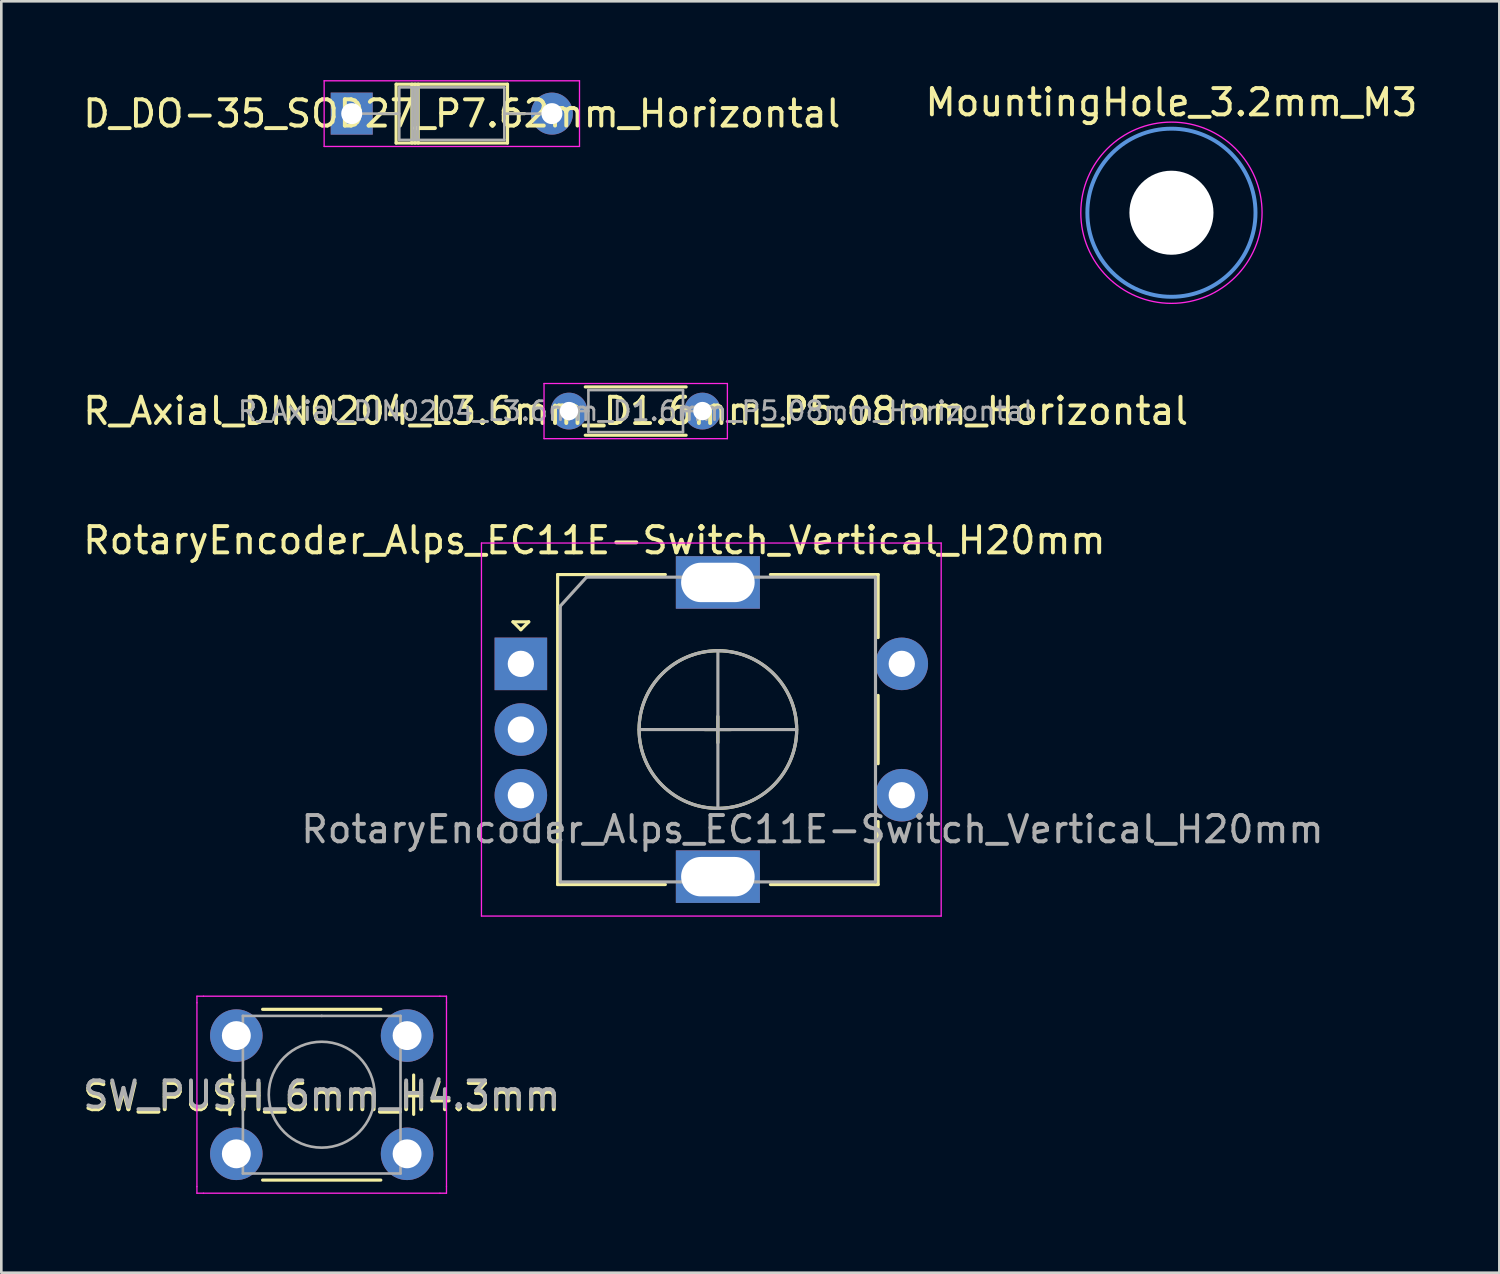
<source format=kicad_pcb>
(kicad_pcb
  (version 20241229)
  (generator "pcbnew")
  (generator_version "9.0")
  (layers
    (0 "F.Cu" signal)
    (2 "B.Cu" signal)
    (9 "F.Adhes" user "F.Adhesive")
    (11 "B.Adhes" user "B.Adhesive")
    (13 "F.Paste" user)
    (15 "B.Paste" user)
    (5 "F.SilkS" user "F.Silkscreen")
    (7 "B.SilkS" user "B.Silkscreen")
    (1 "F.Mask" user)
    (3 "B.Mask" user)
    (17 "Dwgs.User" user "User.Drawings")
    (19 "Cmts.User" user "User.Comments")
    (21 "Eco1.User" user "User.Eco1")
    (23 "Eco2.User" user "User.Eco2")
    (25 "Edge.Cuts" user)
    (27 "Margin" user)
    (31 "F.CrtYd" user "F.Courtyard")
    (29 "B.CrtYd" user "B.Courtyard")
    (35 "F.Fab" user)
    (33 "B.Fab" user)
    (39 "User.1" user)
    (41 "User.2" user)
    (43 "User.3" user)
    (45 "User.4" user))
  (footprint "RotaryEncoder_Alps_EC11E-Switch_Vertical_H20mm"
    (layer "F.Cu")
    (at 24.277 24.721)
    (property "Reference" "RotaryEncoder_Alps_EC11E-Switch_Vertical_H20mm" (at -4.7 -7.2 180) (layer "F.SilkS") (effects (font (size 1 1) (thickness 0.15))))
    (attr through_hole)
    (fp_line (start -7.8 -4.1) (end -7.2 -4.1) (stroke (width 0.12) (type solid)) (layer "F.SilkS"))
    (fp_line (start -7.5 -3.8) (end -7.8 -4.1) (stroke (width 0.12) (type solid)) (layer "F.SilkS"))
    (fp_line (start -7.2 -4.1) (end -7.5 -3.8) (stroke (width 0.12) (type solid)) (layer "F.SilkS"))
    (fp_line (start -6.1 -5.9) (end -6.1 5.9) (stroke (width 0.12) (type solid)) (layer "F.SilkS"))
    (fp_line (start -2 -5.9) (end -6.1 -5.9) (stroke (width 0.12) (type solid)) (layer "F.SilkS"))
    (fp_line (start -2 5.9) (end -6.1 5.9) (stroke (width 0.12) (type solid)) (layer "F.SilkS"))
    (fp_line (start -0.5 0) (end 0.5 0) (stroke (width 0.12) (type solid)) (layer "F.SilkS"))
    (fp_line (start 0 -0.5) (end 0 0.5) (stroke (width 0.12) (type solid)) (layer "F.SilkS"))
    (fp_line (start 2 -5.9) (end 6.1 -5.9) (stroke (width 0.12) (type solid)) (layer "F.SilkS"))
    (fp_line (start 6.1 -5.9) (end 6.1 -3.5) (stroke (width 0.12) (type solid)) (layer "F.SilkS"))
    (fp_line (start 6.1 -1.3) (end 6.1 1.3) (stroke (width 0.12) (type solid)) (layer "F.SilkS"))
    (fp_line (start 6.1 3.5) (end 6.1 5.9) (stroke (width 0.12) (type solid)) (layer "F.SilkS"))
    (fp_line (start 6.1 5.9) (end 2 5.9) (stroke (width 0.12) (type solid)) (layer "F.SilkS"))
    (fp_circle (center 0 0) (end 3 0) (stroke (width 0.12) (type solid)) (fill no) (layer "F.SilkS"))
    (fp_line (start -9 -7.1) (end -9 7.1) (stroke (width 0.05) (type solid)) (layer "F.CrtYd"))
    (fp_line (start -9 -7.1) (end 8.5 -7.1) (stroke (width 0.05) (type solid)) (layer "F.CrtYd"))
    (fp_line (start 8.5 7.1) (end -9 7.1) (stroke (width 0.05) (type solid)) (layer "F.CrtYd"))
    (fp_line (start 8.5 7.1) (end 8.5 -7.1) (stroke (width 0.05) (type solid)) (layer "F.CrtYd"))
    (fp_line (start -6 -4.7) (end -5 -5.8) (stroke (width 0.12) (type solid)) (layer "F.Fab"))
    (fp_line (start -6 5.8) (end -6 -4.7) (stroke (width 0.12) (type solid)) (layer "F.Fab"))
    (fp_line (start -5 -5.8) (end 6 -5.8) (stroke (width 0.12) (type solid)) (layer "F.Fab"))
    (fp_line (start -3 0) (end 3 0) (stroke (width 0.12) (type solid)) (layer "F.Fab"))
    (fp_line (start 0 -3) (end 0 3) (stroke (width 0.12) (type solid)) (layer "F.Fab"))
    (fp_line (start 6 -5.8) (end 6 5.8) (stroke (width 0.12) (type solid)) (layer "F.Fab"))
    (fp_line (start 6 5.8) (end -6 5.8) (stroke (width 0.12) (type solid)) (layer "F.Fab"))
    (fp_circle (center 0 0) (end 3 0) (stroke (width 0.12) (type solid)) (fill no) (layer "F.Fab"))
    (fp_text user "${REFERENCE}" (at 3.6 3.8 180) (layer "F.Fab") (effects (font (size 1 1) (thickness 0.15))))
    (pad "A" thru_hole rect (at -7.5 -2.5) (size 2 2) (drill 1) (layers "*.Cu" "*.Mask"))
    (pad "B" thru_hole circle (at -7.5 2.5) (size 2 2) (drill 1) (layers "*.Cu" "*.Mask"))
    (pad "C" thru_hole circle (at -7.5 0) (size 2 2) (drill 1) (layers "*.Cu" "*.Mask"))
    (pad "MP" thru_hole rect (at 0 -5.6) (size 3.2 2) (drill oval 2.8 1.5) (layers "*.Cu" "*.Mask"))
    (pad "MP" thru_hole rect (at 0 5.6) (size 3.2 2) (drill oval 2.8 1.5) (layers "*.Cu" "*.Mask"))
    (pad "S1" thru_hole circle (at 7 2.5) (size 2 2) (drill 1) (layers "*.Cu" "*.Mask"))
    (pad "S2" thru_hole circle (at 7 -2.5) (size 2 2) (drill 1) (layers "*.Cu" "*.Mask")))
  (footprint "MountingHole_3.2mm_M3"
    (layer "F.Cu")
    (at 41.542 5.048)
    (property "Reference" "MountingHole_3.2mm_M3" (at 0 -4.2 0) (layer "F.SilkS") (effects (font (size 1 1) (thickness 0.15))))
    (attr exclude_from_pos_files exclude_from_bom)
    (fp_circle (center 0 0) (end 3.2 0) (stroke (width 0.15) (type solid)) (fill no) (layer "Cmts.User"))
    (fp_circle (center 0 0) (end 3.45 0) (stroke (width 0.05) (type solid)) (fill no) (layer "F.CrtYd"))
    (pad "" np_thru_hole circle (at 0 0) (size 3.2 3.2) (drill 3.2) (layers "*.Cu" "*.Mask")))
  (footprint "SW_PUSH_6mm_H4.3mm"
    (layer "F.Cu")
    (at 5.946 36.371)
    (property "Reference" "SW_PUSH_6mm_H4.3mm" (at 3.25 2.349 180) (layer "F.SilkS") (effects (font (size 1 1) (thickness 0.15))))
    (attr through_hole)
    (fp_line (start -0.25 1.5) (end -0.25 3) (stroke (width 0.12) (type solid)) (layer "F.SilkS"))
    (fp_line (start 1 5.5) (end 5.5 5.5) (stroke (width 0.12) (type solid)) (layer "F.SilkS"))
    (fp_line (start 5.5 -1) (end 1 -1) (stroke (width 0.12) (type solid)) (layer "F.SilkS"))
    (fp_line (start 6.75 3) (end 6.75 1.5) (stroke (width 0.12) (type solid)) (layer "F.SilkS"))
    (fp_line (start -1.5 -1.5) (end -1.25 -1.5) (stroke (width 0.05) (type solid)) (layer "F.CrtYd"))
    (fp_line (start -1.5 -1.25) (end -1.5 -1.5) (stroke (width 0.05) (type solid)) (layer "F.CrtYd"))
    (fp_line (start -1.5 5.75) (end -1.5 -1.25) (stroke (width 0.05) (type solid)) (layer "F.CrtYd"))
    (fp_line (start -1.5 5.75) (end -1.5 6) (stroke (width 0.05) (type solid)) (layer "F.CrtYd"))
    (fp_line (start -1.5 6) (end -1.25 6) (stroke (width 0.05) (type solid)) (layer "F.CrtYd"))
    (fp_line (start -1.25 -1.5) (end 7.75 -1.5) (stroke (width 0.05) (type solid)) (layer "F.CrtYd"))
    (fp_line (start 7.75 -1.5) (end 8 -1.5) (stroke (width 0.05) (type solid)) (layer "F.CrtYd"))
    (fp_line (start 7.75 6) (end -1.25 6) (stroke (width 0.05) (type solid)) (layer "F.CrtYd"))
    (fp_line (start 7.75 6) (end 8 6) (stroke (width 0.05) (type solid)) (layer "F.CrtYd"))
    (fp_line (start 8 -1.5) (end 8 -1.25) (stroke (width 0.05) (type solid)) (layer "F.CrtYd"))
    (fp_line (start 8 -1.25) (end 8 5.75) (stroke (width 0.05) (type solid)) (layer "F.CrtYd"))
    (fp_line (start 8 6) (end 8 5.75) (stroke (width 0.05) (type solid)) (layer "F.CrtYd"))
    (fp_line (start 0.25 -0.75) (end 3.25 -0.75) (stroke (width 0.1) (type solid)) (layer "F.Fab"))
    (fp_line (start 0.25 5.25) (end 0.25 -0.75) (stroke (width 0.1) (type solid)) (layer "F.Fab"))
    (fp_line (start 3.25 -0.75) (end 6.25 -0.75) (stroke (width 0.1) (type solid)) (layer "F.Fab"))
    (fp_line (start 6.25 -0.75) (end 6.25 5.25) (stroke (width 0.1) (type solid)) (layer "F.Fab"))
    (fp_line (start 6.25 5.25) (end 0.25 5.25) (stroke (width 0.1) (type solid)) (layer "F.Fab"))
    (fp_circle (center 3.25 2.25) (end 1.25 2.5) (stroke (width 0.1) (type solid)) (fill no) (layer "F.Fab"))
    (fp_text user "${REFERENCE}" (at 3.25 2.25 180) (layer "F.Fab") (effects (font (size 1 1) (thickness 0.15))))
    (pad "1" thru_hole circle (at 0 0 90) (size 2 2) (drill 1.1) (layers "*.Cu" "*.Mask"))
    (pad "1" thru_hole circle (at 6.5 0 90) (size 2 2) (drill 1.1) (layers "*.Cu" "*.Mask"))
    (pad "2" thru_hole circle (at 0 4.5 90) (size 2 2) (drill 1.1) (layers "*.Cu" "*.Mask"))
    (pad "2" thru_hole circle (at 6.5 4.5 90) (size 2 2) (drill 1.1) (layers "*.Cu" "*.Mask")))
  (footprint "D_DO-35_SOD27_P7.62mm_Horizontal"
    (layer "F.Cu")
    (at 10.339 1.275)
    (property "Reference" "D_DO-35_SOD27_P7.62mm_Horizontal" (at 4.191 0 0) (layer "F.SilkS") (effects (font (size 1 1) (thickness 0.15))))
    (attr through_hole)
    (fp_line (start 1.04 0) (end 1.69 0) (stroke (width 0.12) (type solid)) (layer "F.SilkS"))
    (fp_line (start 1.69 -1.12) (end 1.69 1.12) (stroke (width 0.12) (type solid)) (layer "F.SilkS"))
    (fp_line (start 1.69 1.12) (end 5.93 1.12) (stroke (width 0.12) (type solid)) (layer "F.SilkS"))
    (fp_line (start 2.29 -1.12) (end 2.29 1.12) (stroke (width 0.12) (type solid)) (layer "F.SilkS"))
    (fp_line (start 2.41 -1.12) (end 2.41 1.12) (stroke (width 0.12) (type solid)) (layer "F.SilkS"))
    (fp_line (start 2.53 -1.12) (end 2.53 1.12) (stroke (width 0.12) (type solid)) (layer "F.SilkS"))
    (fp_line (start 5.93 -1.12) (end 1.69 -1.12) (stroke (width 0.12) (type solid)) (layer "F.SilkS"))
    (fp_line (start 5.93 1.12) (end 5.93 -1.12) (stroke (width 0.12) (type solid)) (layer "F.SilkS"))
    (fp_line (start 6.58 0) (end 5.93 0) (stroke (width 0.12) (type solid)) (layer "F.SilkS"))
    (fp_line (start -1.05 -1.25) (end -1.05 1.25) (stroke (width 0.05) (type solid)) (layer "F.CrtYd"))
    (fp_line (start -1.05 1.25) (end 8.67 1.25) (stroke (width 0.05) (type solid)) (layer "F.CrtYd"))
    (fp_line (start 8.67 -1.25) (end -1.05 -1.25) (stroke (width 0.05) (type solid)) (layer "F.CrtYd"))
    (fp_line (start 8.67 1.25) (end 8.67 -1.25) (stroke (width 0.05) (type solid)) (layer "F.CrtYd"))
    (fp_line (start 0 0) (end 1.81 0) (stroke (width 0.1) (type solid)) (layer "F.Fab"))
    (fp_line (start 1.81 -1) (end 1.81 1) (stroke (width 0.1) (type solid)) (layer "F.Fab"))
    (fp_line (start 1.81 1) (end 5.81 1) (stroke (width 0.1) (type solid)) (layer "F.Fab"))
    (fp_line (start 2.31 -1) (end 2.31 1) (stroke (width 0.1) (type solid)) (layer "F.Fab"))
    (fp_line (start 2.41 -1) (end 2.41 1) (stroke (width 0.1) (type solid)) (layer "F.Fab"))
    (fp_line (start 2.51 -1) (end 2.51 1) (stroke (width 0.1) (type solid)) (layer "F.Fab"))
    (fp_line (start 5.81 -1) (end 1.81 -1) (stroke (width 0.1) (type solid)) (layer "F.Fab"))
    (fp_line (start 5.81 1) (end 5.81 -1) (stroke (width 0.1) (type solid)) (layer "F.Fab"))
    (fp_line (start 7.62 0) (end 5.81 0) (stroke (width 0.1) (type solid)) (layer "F.Fab"))
    (pad "1" thru_hole rect (at 0 0) (size 1.6 1.6) (drill 0.8) (layers "*.Cu" "*.Mask"))
    (pad "2" thru_hole oval (at 7.62 0) (size 1.6 1.6) (drill 0.8) (layers "*.Cu" "*.Mask")))
  (footprint "R_Axial_DIN0204_L3.6mm_D1.6mm_P5.08mm_Horizontal"
    (layer "F.Cu")
    (at 18.609 12.598)
    (property "Reference" "R_Axial_DIN0204_L3.6mm_D1.6mm_P5.08mm_Horizontal" (at 2.54 0 180) (layer "F.SilkS") (effects (font (size 1 1) (thickness 0.15))))
    (attr through_hole)
    (fp_line (start 0.62 -0.92) (end 4.46 -0.92) (stroke (width 0.12) (type solid)) (layer "F.SilkS"))
    (fp_line (start 0.62 0.92) (end 4.46 0.92) (stroke (width 0.12) (type solid)) (layer "F.SilkS"))
    (fp_line (start -0.95 -1.05) (end -0.95 1.05) (stroke (width 0.05) (type solid)) (layer "F.CrtYd"))
    (fp_line (start -0.95 1.05) (end 6.03 1.05) (stroke (width 0.05) (type solid)) (layer "F.CrtYd"))
    (fp_line (start 6.03 -1.05) (end -0.95 -1.05) (stroke (width 0.05) (type solid)) (layer "F.CrtYd"))
    (fp_line (start 6.03 1.05) (end 6.03 -1.05) (stroke (width 0.05) (type solid)) (layer "F.CrtYd"))
    (fp_line (start 0 0) (end 0.74 0) (stroke (width 0.1) (type solid)) (layer "F.Fab"))
    (fp_line (start 0.74 -0.8) (end 0.74 0.8) (stroke (width 0.1) (type solid)) (layer "F.Fab"))
    (fp_line (start 0.74 0.8) (end 4.34 0.8) (stroke (width 0.1) (type solid)) (layer "F.Fab"))
    (fp_line (start 4.34 -0.8) (end 0.74 -0.8) (stroke (width 0.1) (type solid)) (layer "F.Fab"))
    (fp_line (start 4.34 0.8) (end 4.34 -0.8) (stroke (width 0.1) (type solid)) (layer "F.Fab"))
    (fp_line (start 5.08 0) (end 4.34 0) (stroke (width 0.1) (type solid)) (layer "F.Fab"))
    (fp_text user "${REFERENCE}" (at 2.54 0 0) (layer "F.Fab") (effects (font (size 0.72 0.72) (thickness 0.108))))
    (pad "1" thru_hole circle (at 0 0) (size 1.4 1.4) (drill 0.7) (layers "*.Cu" "*.Mask"))
    (pad "2" thru_hole oval (at 5.08 0) (size 1.4 1.4) (drill 0.7) (layers "*.Cu" "*.Mask")))
  (gr_rect
    (start -3 -3)
    (end 54.024 45.397)
    (stroke (width 0.1) (type default))
    (fill no)
    (layer "Edge.Cuts")))
</source>
